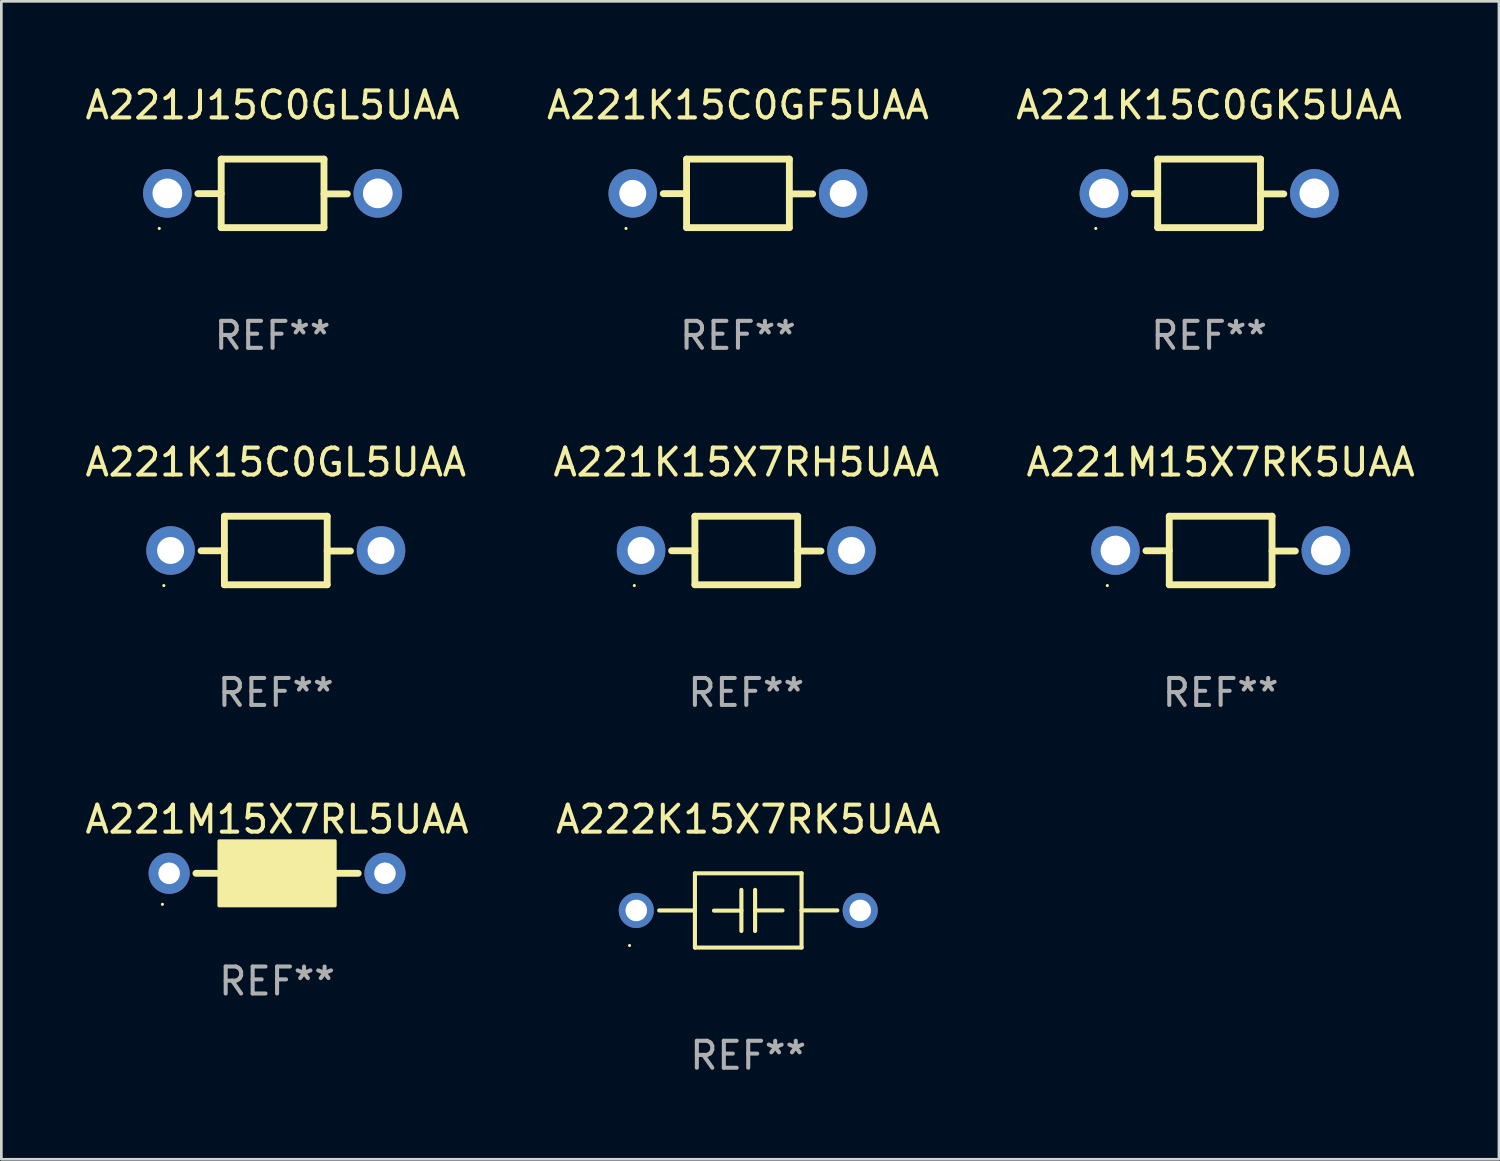
<source format=kicad_pcb>
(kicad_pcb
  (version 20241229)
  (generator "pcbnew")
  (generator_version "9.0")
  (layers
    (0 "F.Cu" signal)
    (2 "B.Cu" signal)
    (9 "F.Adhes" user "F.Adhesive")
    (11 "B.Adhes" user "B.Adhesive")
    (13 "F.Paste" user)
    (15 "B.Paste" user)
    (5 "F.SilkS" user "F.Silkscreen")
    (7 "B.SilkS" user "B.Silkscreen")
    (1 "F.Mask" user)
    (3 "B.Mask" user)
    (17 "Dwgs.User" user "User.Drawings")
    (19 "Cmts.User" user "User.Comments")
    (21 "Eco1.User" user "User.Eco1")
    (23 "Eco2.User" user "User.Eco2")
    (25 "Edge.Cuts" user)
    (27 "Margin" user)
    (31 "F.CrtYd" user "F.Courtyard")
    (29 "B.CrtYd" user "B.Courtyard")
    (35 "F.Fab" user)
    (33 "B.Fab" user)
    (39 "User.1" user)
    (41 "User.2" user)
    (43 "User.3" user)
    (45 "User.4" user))
  (footprint "A221J15C0GL5UAA"
    (layer "F.Cu")
    (at 7.054 4.118)
    (property "Reference" "A221J15C0GL5UAA" (at 0 -3.27 0) (layer "F.SilkS") (effects (font (size 1 1) (thickness 0.15))))
    (attr through_hole)
    (fp_line (start -1.905 -1.27) (end -1.905 1.27) (stroke (width 0.254) (type solid)) (layer "F.SilkS"))
    (fp_line (start -1.905 0.01) (end -2.769 0.01) (stroke (width 0.254) (type solid)) (layer "F.SilkS"))
    (fp_line (start -1.905 1.27) (end 1.905 1.27) (stroke (width 0.254) (type solid)) (layer "F.SilkS"))
    (fp_line (start 1.905 -1.27) (end -1.905 -1.27) (stroke (width 0.254) (type solid)) (layer "F.SilkS"))
    (fp_line (start 1.905 0.02) (end 2.769 0.02) (stroke (width 0.254) (type solid)) (layer "F.SilkS"))
    (fp_line (start 1.905 1.27) (end 1.905 -1.27) (stroke (width 0.254) (type solid)) (layer "F.SilkS"))
    (fp_circle (center -4.201 1.3) (end -4.171 1.3) (stroke (width 0.06) (type solid)) (fill no) (layer "F.SilkS"))
    (fp_text user "REF**" (at 0 5.27 0) (layer "F.Fab") (effects (font (size 1 1) (thickness 0.15))))
    (pad "1" thru_hole circle (at -3.9 0) (size 1.8 1.8) (drill 1.1) (layers "*.Cu" "*.Mask"))
    (pad "2" thru_hole circle (at 3.9 0) (size 1.8 1.8) (drill 1.1) (layers "*.Cu" "*.Mask")))
  (footprint "A221K15C0GL5UAA"
    (layer "F.Cu")
    (at 7.173 17.355)
    (property "Reference" "A221K15C0GL5UAA" (at 0 -3.27 0) (layer "F.SilkS") (effects (font (size 1 1) (thickness 0.15))))
    (attr through_hole)
    (fp_line (start -1.905 -1.27) (end -1.905 1.27) (stroke (width 0.254) (type solid)) (layer "F.SilkS"))
    (fp_line (start -1.905 0.01) (end -2.769 0.01) (stroke (width 0.254) (type solid)) (layer "F.SilkS"))
    (fp_line (start -1.905 1.27) (end 1.905 1.27) (stroke (width 0.254) (type solid)) (layer "F.SilkS"))
    (fp_line (start 1.905 -1.27) (end -1.905 -1.27) (stroke (width 0.254) (type solid)) (layer "F.SilkS"))
    (fp_line (start 1.905 0.02) (end 2.769 0.02) (stroke (width 0.254) (type solid)) (layer "F.SilkS"))
    (fp_line (start 1.905 1.27) (end 1.905 -1.27) (stroke (width 0.254) (type solid)) (layer "F.SilkS"))
    (fp_circle (center -4.15 1.3) (end -4.12 1.3) (stroke (width 0.06) (type solid)) (fill no) (layer "F.SilkS"))
    (fp_text user "REF**" (at 0 5.27 0) (layer "F.Fab") (effects (font (size 1 1) (thickness 0.15))))
    (pad "1" thru_hole circle (at -3.9 0) (size 1.8 1.8) (drill 1) (layers "*.Cu" "*.Mask"))
    (pad "2" thru_hole circle (at 3.9 0) (size 1.8 1.8) (drill 1) (layers "*.Cu" "*.Mask")))
  (footprint "A222K15X7RK5UAA"
    (layer "F.Cu")
    (at 24.685 30.697)
    (property "Reference" "A222K15X7RK5UAA" (at 0 -3.376 0) (layer "F.SilkS") (effects (font (size 1 1) (thickness 0.15))))
    (attr through_hole)
    (fp_line (start -1.976 -1.376) (end 1.976 -1.376) (stroke (width 0.152) (type solid)) (layer "F.SilkS"))
    (fp_line (start -1.976 0.001) (end -3.302 0.001) (stroke (width 0.152) (type solid)) (layer "F.SilkS"))
    (fp_line (start -1.976 1.376) (end -1.976 -1.376) (stroke (width 0.152) (type solid)) (layer "F.SilkS"))
    (fp_line (start -0.254 -0.762) (end -0.254 0.762) (stroke (width 0.152) (type solid)) (layer "F.SilkS"))
    (fp_line (start -0.254 0.007) (end -1.27 0.007) (stroke (width 0.152) (type solid)) (layer "F.SilkS"))
    (fp_line (start 0.254 -0.762) (end 0.254 0.762) (stroke (width 0.152) (type solid)) (layer "F.SilkS"))
    (fp_line (start 0.254 0) (end 1.27 0) (stroke (width 0.152) (type solid)) (layer "F.SilkS"))
    (fp_line (start 1.976 -1.376) (end 1.976 1.376) (stroke (width 0.152) (type solid)) (layer "F.SilkS"))
    (fp_line (start 1.976 -0.001) (end 3.302 -0.001) (stroke (width 0.152) (type solid)) (layer "F.SilkS"))
    (fp_line (start 1.976 1.376) (end -1.976 1.376) (stroke (width 0.152) (type solid)) (layer "F.SilkS"))
    (fp_circle (center -4.4 1.3) (end -4.37 1.3) (stroke (width 0.06) (type solid)) (fill no) (layer "F.SilkS"))
    (fp_text user "REF**" (at 0 5.376 0) (layer "F.Fab") (effects (font (size 1 1) (thickness 0.15))))
    (pad "1" thru_hole circle (at -4.15 0) (size 1.3 1.3) (drill 0.8) (layers "*.Cu" "*.Mask"))
    (pad "2" thru_hole circle (at 4.15 0) (size 1.3 1.3) (drill 0.8) (layers "*.Cu" "*.Mask")))
  (footprint "A221K15C0GK5UAA"
    (layer "F.Cu")
    (at 41.768 4.118)
    (property "Reference" "A221K15C0GK5UAA" (at 0 -3.27 0) (layer "F.SilkS") (effects (font (size 1 1) (thickness 0.15))))
    (attr through_hole)
    (fp_line (start -1.905 -1.27) (end -1.905 1.27) (stroke (width 0.254) (type solid)) (layer "F.SilkS"))
    (fp_line (start -1.905 0.01) (end -2.769 0.01) (stroke (width 0.254) (type solid)) (layer "F.SilkS"))
    (fp_line (start -1.905 1.27) (end 1.905 1.27) (stroke (width 0.254) (type solid)) (layer "F.SilkS"))
    (fp_line (start 1.905 -1.27) (end -1.905 -1.27) (stroke (width 0.254) (type solid)) (layer "F.SilkS"))
    (fp_line (start 1.905 0.02) (end 2.769 0.02) (stroke (width 0.254) (type solid)) (layer "F.SilkS"))
    (fp_line (start 1.905 1.27) (end 1.905 -1.27) (stroke (width 0.254) (type solid)) (layer "F.SilkS"))
    (fp_circle (center -4.201 1.3) (end -4.171 1.3) (stroke (width 0.06) (type solid)) (fill no) (layer "F.SilkS"))
    (fp_text user "REF**" (at 0 5.27 0) (layer "F.Fab") (effects (font (size 1 1) (thickness 0.15))))
    (pad "1" thru_hole circle (at -3.9 0) (size 1.8 1.8) (drill 1.1) (layers "*.Cu" "*.Mask"))
    (pad "2" thru_hole circle (at 3.9 0) (size 1.8 1.8) (drill 1.1) (layers "*.Cu" "*.Mask")))
  (footprint "A221M15X7RK5UAA"
    (layer "F.Cu")
    (at 42.196 17.355)
    (property "Reference" "A221M15X7RK5UAA" (at 0 -3.27 0) (layer "F.SilkS") (effects (font (size 1 1) (thickness 0.15))))
    (attr through_hole)
    (fp_line (start -1.905 -1.27) (end -1.905 1.27) (stroke (width 0.254) (type solid)) (layer "F.SilkS"))
    (fp_line (start -1.905 0.01) (end -2.769 0.01) (stroke (width 0.254) (type solid)) (layer "F.SilkS"))
    (fp_line (start -1.905 1.27) (end 1.905 1.27) (stroke (width 0.254) (type solid)) (layer "F.SilkS"))
    (fp_line (start 1.905 -1.27) (end -1.905 -1.27) (stroke (width 0.254) (type solid)) (layer "F.SilkS"))
    (fp_line (start 1.905 0.02) (end 2.769 0.02) (stroke (width 0.254) (type solid)) (layer "F.SilkS"))
    (fp_line (start 1.905 1.27) (end 1.905 -1.27) (stroke (width 0.254) (type solid)) (layer "F.SilkS"))
    (fp_circle (center -4.201 1.3) (end -4.171 1.3) (stroke (width 0.06) (type solid)) (fill no) (layer "F.SilkS"))
    (fp_text user "REF**" (at 0 5.27 0) (layer "F.Fab") (effects (font (size 1 1) (thickness 0.15))))
    (pad "1" thru_hole circle (at -3.9 0) (size 1.8 1.8) (drill 1.1) (layers "*.Cu" "*.Mask"))
    (pad "2" thru_hole circle (at 3.9 0) (size 1.8 1.8) (drill 1.1) (layers "*.Cu" "*.Mask")))
  (footprint "A221M15X7RL5UAA"
    (layer "F.Cu")
    (at 7.22 29.321)
    (property "Reference" "A221M15X7RL5UAA" (at 0 -2 0) (layer "F.SilkS") (effects (font (size 1 1) (thickness 0.15))))
    (attr through_hole)
    (fp_line (start -2.25 0) (end -3.007 0) (stroke (width 0.254) (type solid)) (layer "F.SilkS"))
    (fp_line (start 2.2 0) (end 3.007 0) (stroke (width 0.254) (type solid)) (layer "F.SilkS"))
    (fp_circle (center -4.25 1.15) (end -4.22 1.15) (stroke (width 0.06) (type solid)) (fill no) (layer "F.SilkS"))
    (fp_poly (pts (xy -2.15 -1.2) (xy 2.15 -1.2) (xy 2.15 1.2) (xy -2.15 1.2)) (stroke (width 0.12) (type solid)) (fill yes) (layer "F.SilkS"))
    (fp_text user "REF**" (at 0 4 0) (layer "F.Fab") (effects (font (size 1 1) (thickness 0.15))))
    (pad "1" thru_hole circle (at -4 0) (size 1.524 1.524) (drill 0.8) (layers "*.Cu" "*.Mask"))
    (pad "2" thru_hole circle (at 4 0) (size 1.524 1.524) (drill 0.8) (layers "*.Cu" "*.Mask")))
  (footprint "A221K15C0GF5UAA"
    (layer "F.Cu")
    (at 24.304 4.118)
    (property "Reference" "A221K15C0GF5UAA" (at 0 -3.27 0) (layer "F.SilkS") (effects (font (size 1 1) (thickness 0.15))))
    (attr through_hole)
    (fp_line (start -1.905 -1.27) (end -1.905 1.27) (stroke (width 0.254) (type solid)) (layer "F.SilkS"))
    (fp_line (start -1.905 0.01) (end -2.769 0.01) (stroke (width 0.254) (type solid)) (layer "F.SilkS"))
    (fp_line (start -1.905 1.27) (end 1.905 1.27) (stroke (width 0.254) (type solid)) (layer "F.SilkS"))
    (fp_line (start 1.905 -1.27) (end -1.905 -1.27) (stroke (width 0.254) (type solid)) (layer "F.SilkS"))
    (fp_line (start 1.905 0.02) (end 2.769 0.02) (stroke (width 0.254) (type solid)) (layer "F.SilkS"))
    (fp_line (start 1.905 1.27) (end 1.905 -1.27) (stroke (width 0.254) (type solid)) (layer "F.SilkS"))
    (fp_circle (center -4.15 1.3) (end -4.12 1.3) (stroke (width 0.06) (type solid)) (fill no) (layer "F.SilkS"))
    (fp_text user "REF**" (at 0 5.27 0) (layer "F.Fab") (effects (font (size 1 1) (thickness 0.15))))
    (pad "1" thru_hole circle (at -3.9 0) (size 1.8 1.8) (drill 1) (layers "*.Cu" "*.Mask"))
    (pad "2" thru_hole circle (at 3.9 0) (size 1.8 1.8) (drill 1) (layers "*.Cu" "*.Mask")))
  (footprint "A221K15X7RH5UAA"
    (layer "F.Cu")
    (at 24.613 17.355)
    (property "Reference" "A221K15X7RH5UAA" (at 0 -3.27 0) (layer "F.SilkS") (effects (font (size 1 1) (thickness 0.15))))
    (attr through_hole)
    (fp_line (start -1.905 -1.27) (end -1.905 1.27) (stroke (width 0.254) (type solid)) (layer "F.SilkS"))
    (fp_line (start -1.905 0.01) (end -2.769 0.01) (stroke (width 0.254) (type solid)) (layer "F.SilkS"))
    (fp_line (start -1.905 1.27) (end 1.905 1.27) (stroke (width 0.254) (type solid)) (layer "F.SilkS"))
    (fp_line (start 1.905 -1.27) (end -1.905 -1.27) (stroke (width 0.254) (type solid)) (layer "F.SilkS"))
    (fp_line (start 1.905 0.02) (end 2.769 0.02) (stroke (width 0.254) (type solid)) (layer "F.SilkS"))
    (fp_line (start 1.905 1.27) (end 1.905 -1.27) (stroke (width 0.254) (type solid)) (layer "F.SilkS"))
    (fp_circle (center -4.15 1.3) (end -4.12 1.3) (stroke (width 0.06) (type solid)) (fill no) (layer "F.SilkS"))
    (fp_text user "REF**" (at 0 5.27 0) (layer "F.Fab") (effects (font (size 1 1) (thickness 0.15))))
    (pad "1" thru_hole circle (at -3.9 0) (size 1.8 1.8) (drill 1) (layers "*.Cu" "*.Mask"))
    (pad "2" thru_hole circle (at 3.9 0) (size 1.8 1.8) (drill 1) (layers "*.Cu" "*.Mask")))
  (gr_rect
    (start -3 -3)
    (end 52.512 39.922)
    (stroke (width 0.1) (type default))
    (fill no)
    (layer "Edge.Cuts")))
</source>
